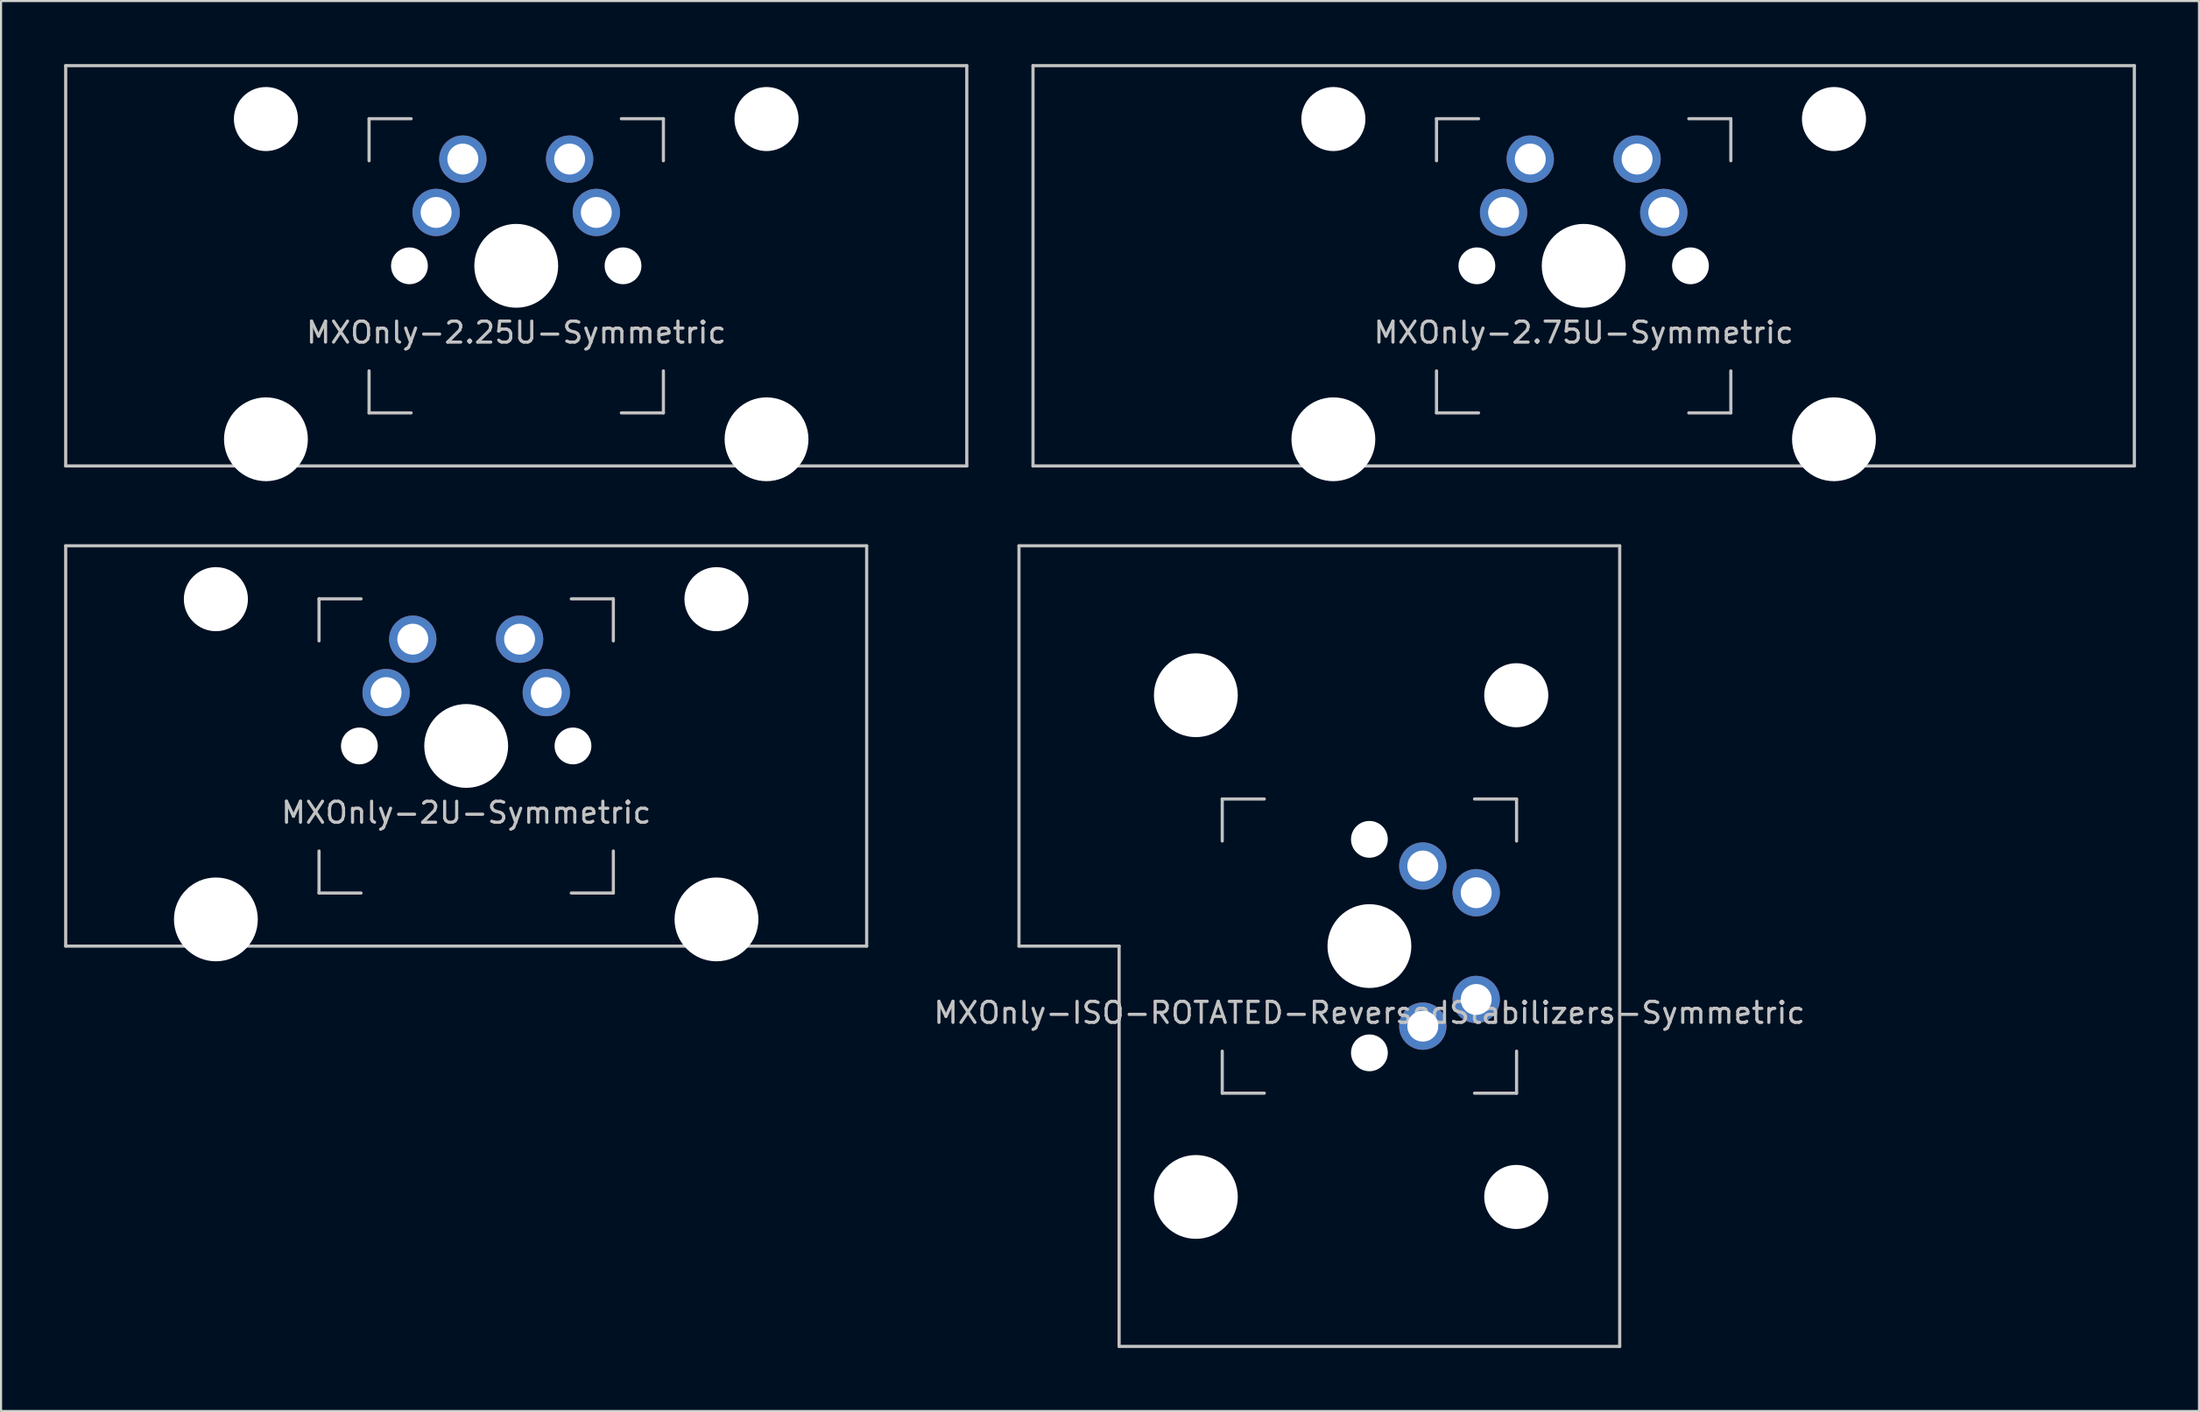
<source format=kicad_pcb>
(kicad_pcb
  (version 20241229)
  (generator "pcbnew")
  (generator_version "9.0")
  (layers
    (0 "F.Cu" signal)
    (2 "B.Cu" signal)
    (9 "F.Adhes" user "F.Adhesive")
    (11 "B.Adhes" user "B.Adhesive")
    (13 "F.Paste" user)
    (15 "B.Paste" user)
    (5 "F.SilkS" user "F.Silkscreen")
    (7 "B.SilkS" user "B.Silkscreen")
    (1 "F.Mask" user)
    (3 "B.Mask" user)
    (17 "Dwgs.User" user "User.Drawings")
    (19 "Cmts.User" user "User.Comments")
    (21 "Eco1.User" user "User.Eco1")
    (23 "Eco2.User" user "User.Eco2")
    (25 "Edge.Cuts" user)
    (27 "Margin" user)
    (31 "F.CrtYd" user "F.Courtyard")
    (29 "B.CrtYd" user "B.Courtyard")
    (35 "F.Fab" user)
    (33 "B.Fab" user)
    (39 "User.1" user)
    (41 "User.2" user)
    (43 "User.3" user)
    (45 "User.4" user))
  (footprint "MXOnly-2U-Symmetric"
    (layer "F.Cu")
    (at 19.125 32.449)
    (property "Reference" "MXOnly-2U-Symmetric" (at 0 3.175 0) (layer "Dwgs.User") (effects (font (size 1 1) (thickness 0.15))))
    (attr through_hole)
    (fp_line (start -19.05 -9.525) (end 19.05 -9.525) (stroke (width 0.15) (type solid)) (layer "Dwgs.User"))
    (fp_line (start -19.05 9.525) (end -19.05 -9.525) (stroke (width 0.15) (type solid)) (layer "Dwgs.User"))
    (fp_line (start -19.05 9.525) (end 19.05 9.525) (stroke (width 0.15) (type solid)) (layer "Dwgs.User"))
    (fp_line (start -7 -7) (end -7 -5) (stroke (width 0.15) (type solid)) (layer "Dwgs.User"))
    (fp_line (start -7 5) (end -7 7) (stroke (width 0.15) (type solid)) (layer "Dwgs.User"))
    (fp_line (start -7 7) (end -5 7) (stroke (width 0.15) (type solid)) (layer "Dwgs.User"))
    (fp_line (start -5 -7) (end -7 -7) (stroke (width 0.15) (type solid)) (layer "Dwgs.User"))
    (fp_line (start 5 -7) (end 7 -7) (stroke (width 0.15) (type solid)) (layer "Dwgs.User"))
    (fp_line (start 5 7) (end 7 7) (stroke (width 0.15) (type solid)) (layer "Dwgs.User"))
    (fp_line (start 7 -7) (end 7 -5) (stroke (width 0.15) (type solid)) (layer "Dwgs.User"))
    (fp_line (start 7 7) (end 7 5) (stroke (width 0.15) (type solid)) (layer "Dwgs.User"))
    (fp_line (start 19.05 -9.525) (end 19.05 9.525) (stroke (width 0.15) (type solid)) (layer "Dwgs.User"))
    (pad "" np_thru_hole circle (at -11.906 -6.985) (size 3.048 3.048) (drill 3.048) (layers "*.Cu" "*.Mask"))
    (pad "" np_thru_hole circle (at -11.906 8.255) (size 3.988 3.988) (drill 3.988) (layers "*.Cu" "*.Mask"))
    (pad "" np_thru_hole circle (at -5.08 0 48.1) (size 1.75 1.75) (drill 1.75) (layers "*.Cu" "*.Mask"))
    (pad "" np_thru_hole circle (at 0 0) (size 3.988 3.988) (drill 3.988) (layers "*.Cu" "*.Mask"))
    (pad "" np_thru_hole circle (at 5.08 0 48.1) (size 1.75 1.75) (drill 1.75) (layers "*.Cu" "*.Mask"))
    (pad "" np_thru_hole circle (at 11.906 -6.985) (size 3.048 3.048) (drill 3.048) (layers "*.Cu" "*.Mask"))
    (pad "" np_thru_hole circle (at 11.906 8.255) (size 3.988 3.988) (drill 3.988) (layers "*.Cu" "*.Mask"))
    (pad "1" thru_hole circle (at -3.81 -2.54) (size 2.25 2.25) (drill 1.47) (layers "*.Cu" "B.Mask"))
    (pad "1" thru_hole circle (at -2.54 -5.08) (size 2.25 2.25) (drill 1.47) (layers "*.Cu" "B.Mask"))
    (pad "2" thru_hole circle (at 2.54 -5.08) (size 2.25 2.25) (drill 1.47) (layers "*.Cu" "B.Mask"))
    (pad "2" thru_hole circle (at 3.81 -2.54) (size 2.25 2.25) (drill 1.47) (layers "*.Cu" "B.Mask")))
  (footprint "MXOnly-2.75U-Symmetric"
    (layer "F.Cu")
    (at 72.281 9.6)
    (property "Reference" "MXOnly-2.75U-Symmetric" (at 0 3.175 0) (layer "Dwgs.User") (effects (font (size 1 1) (thickness 0.15))))
    (attr through_hole)
    (fp_line (start -26.194 -9.525) (end 26.194 -9.525) (stroke (width 0.15) (type solid)) (layer "Dwgs.User"))
    (fp_line (start -26.194 9.525) (end -26.194 -9.525) (stroke (width 0.15) (type solid)) (layer "Dwgs.User"))
    (fp_line (start -26.194 9.525) (end 26.194 9.525) (stroke (width 0.15) (type solid)) (layer "Dwgs.User"))
    (fp_line (start -7 -7) (end -7 -5) (stroke (width 0.15) (type solid)) (layer "Dwgs.User"))
    (fp_line (start -7 5) (end -7 7) (stroke (width 0.15) (type solid)) (layer "Dwgs.User"))
    (fp_line (start -7 7) (end -5 7) (stroke (width 0.15) (type solid)) (layer "Dwgs.User"))
    (fp_line (start -5 -7) (end -7 -7) (stroke (width 0.15) (type solid)) (layer "Dwgs.User"))
    (fp_line (start 5 -7) (end 7 -7) (stroke (width 0.15) (type solid)) (layer "Dwgs.User"))
    (fp_line (start 5 7) (end 7 7) (stroke (width 0.15) (type solid)) (layer "Dwgs.User"))
    (fp_line (start 7 -7) (end 7 -5) (stroke (width 0.15) (type solid)) (layer "Dwgs.User"))
    (fp_line (start 7 7) (end 7 5) (stroke (width 0.15) (type solid)) (layer "Dwgs.User"))
    (fp_line (start 26.194 -9.525) (end 26.194 9.525) (stroke (width 0.15) (type solid)) (layer "Dwgs.User"))
    (pad "" np_thru_hole circle (at -11.906 -6.985) (size 3.048 3.048) (drill 3.048) (layers "*.Cu" "*.Mask"))
    (pad "" np_thru_hole circle (at -11.906 8.255) (size 3.988 3.988) (drill 3.988) (layers "*.Cu" "*.Mask"))
    (pad "" np_thru_hole circle (at -5.08 0 48.1) (size 1.75 1.75) (drill 1.75) (layers "*.Cu" "*.Mask"))
    (pad "" np_thru_hole circle (at 0 0) (size 3.988 3.988) (drill 3.988) (layers "*.Cu" "*.Mask"))
    (pad "" np_thru_hole circle (at 5.08 0 48.1) (size 1.75 1.75) (drill 1.75) (layers "*.Cu" "*.Mask"))
    (pad "" np_thru_hole circle (at 11.906 -6.985) (size 3.048 3.048) (drill 3.048) (layers "*.Cu" "*.Mask"))
    (pad "" np_thru_hole circle (at 11.906 8.255) (size 3.988 3.988) (drill 3.988) (layers "*.Cu" "*.Mask"))
    (pad "1" thru_hole circle (at -3.81 -2.54) (size 2.25 2.25) (drill 1.47) (layers "*.Cu" "B.Mask"))
    (pad "1" thru_hole circle (at -2.54 -5.08) (size 2.25 2.25) (drill 1.47) (layers "*.Cu" "B.Mask"))
    (pad "2" thru_hole circle (at 2.54 -5.08) (size 2.25 2.25) (drill 1.47) (layers "*.Cu" "B.Mask"))
    (pad "2" thru_hole circle (at 3.81 -2.54) (size 2.25 2.25) (drill 1.47) (layers "*.Cu" "B.Mask")))
  (footprint "MXOnly-ISO-ROTATED-ReversedStabilizers-Symmetric"
    (layer "F.Cu")
    (at 62.089 41.974)
    (property "Reference" "MXOnly-ISO-ROTATED-ReversedStabilizers-Symmetric" (at 0 3.175 0) (layer "Dwgs.User") (effects (font (size 1 1) (thickness 0.15))))
    (attr through_hole)
    (fp_line (start -16.669 -19.05) (end -16.669 0) (stroke (width 0.15) (type solid)) (layer "Dwgs.User"))
    (fp_line (start -16.669 -19.05) (end 11.906 -19.05) (stroke (width 0.15) (type solid)) (layer "Dwgs.User"))
    (fp_line (start -11.906 0) (end -16.669 0) (stroke (width 0.15) (type solid)) (layer "Dwgs.User"))
    (fp_line (start -11.906 19.05) (end -11.906 0) (stroke (width 0.15) (type solid)) (layer "Dwgs.User"))
    (fp_line (start -11.906 19.05) (end 11.906 19.05) (stroke (width 0.15) (type solid)) (layer "Dwgs.User"))
    (fp_line (start -7 -7) (end -7 -5) (stroke (width 0.15) (type solid)) (layer "Dwgs.User"))
    (fp_line (start -7 5) (end -7 7) (stroke (width 0.15) (type solid)) (layer "Dwgs.User"))
    (fp_line (start -7 7) (end -5 7) (stroke (width 0.15) (type solid)) (layer "Dwgs.User"))
    (fp_line (start -5 -7) (end -7 -7) (stroke (width 0.15) (type solid)) (layer "Dwgs.User"))
    (fp_line (start 5 -7) (end 7 -7) (stroke (width 0.15) (type solid)) (layer "Dwgs.User"))
    (fp_line (start 5 7) (end 7 7) (stroke (width 0.15) (type solid)) (layer "Dwgs.User"))
    (fp_line (start 7 -7) (end 7 -5) (stroke (width 0.15) (type solid)) (layer "Dwgs.User"))
    (fp_line (start 7 7) (end 7 5) (stroke (width 0.15) (type solid)) (layer "Dwgs.User"))
    (fp_line (start 11.906 -19.05) (end 11.906 19.05) (stroke (width 0.15) (type solid)) (layer "Dwgs.User"))
    (pad "" np_thru_hole circle (at -8.255 -11.938) (size 3.988 3.988) (drill 3.988) (layers "*.Cu" "*.Mask"))
    (pad "" np_thru_hole circle (at -8.255 11.938) (size 3.988 3.988) (drill 3.988) (layers "*.Cu" "*.Mask"))
    (pad "" np_thru_hole circle (at 0 -5.08 48.1) (size 1.75 1.75) (drill 1.75) (layers "*.Cu" "*.Mask"))
    (pad "" np_thru_hole circle (at 0 0) (size 3.988 3.988) (drill 3.988) (layers "*.Cu" "*.Mask"))
    (pad "" np_thru_hole circle (at 0 5.08 48.1) (size 1.75 1.75) (drill 1.75) (layers "*.Cu" "*.Mask"))
    (pad "" np_thru_hole circle (at 6.985 -11.938) (size 3.048 3.048) (drill 3.048) (layers "*.Cu" "*.Mask"))
    (pad "" np_thru_hole circle (at 6.985 11.938) (size 3.048 3.048) (drill 3.048) (layers "*.Cu" "*.Mask"))
    (pad "1" thru_hole circle (at 2.54 -3.81) (size 2.25 2.25) (drill 1.47) (layers "*.Cu" "B.Mask"))
    (pad "1" thru_hole circle (at 5.08 -2.54 270) (size 2.25 2.25) (drill 1.47) (layers "*.Cu" "B.Mask"))
    (pad "2" thru_hole circle (at 2.54 3.81 270) (size 2.25 2.25) (drill 1.47) (layers "*.Cu" "B.Mask"))
    (pad "2" thru_hole circle (at 5.08 2.54) (size 2.25 2.25) (drill 1.47) (layers "*.Cu" "B.Mask")))
  (footprint "MXOnly-2.25U-Symmetric"
    (layer "F.Cu")
    (at 21.506 9.6)
    (property "Reference" "MXOnly-2.25U-Symmetric" (at 0 3.175 0) (layer "Dwgs.User") (effects (font (size 1 1) (thickness 0.15))))
    (attr through_hole)
    (fp_line (start -21.431 -9.525) (end 21.431 -9.525) (stroke (width 0.15) (type solid)) (layer "Dwgs.User"))
    (fp_line (start -21.431 9.525) (end -21.431 -9.525) (stroke (width 0.15) (type solid)) (layer "Dwgs.User"))
    (fp_line (start -21.431 9.525) (end 21.431 9.525) (stroke (width 0.15) (type solid)) (layer "Dwgs.User"))
    (fp_line (start -7 -7) (end -7 -5) (stroke (width 0.15) (type solid)) (layer "Dwgs.User"))
    (fp_line (start -7 5) (end -7 7) (stroke (width 0.15) (type solid)) (layer "Dwgs.User"))
    (fp_line (start -7 7) (end -5 7) (stroke (width 0.15) (type solid)) (layer "Dwgs.User"))
    (fp_line (start -5 -7) (end -7 -7) (stroke (width 0.15) (type solid)) (layer "Dwgs.User"))
    (fp_line (start 5 -7) (end 7 -7) (stroke (width 0.15) (type solid)) (layer "Dwgs.User"))
    (fp_line (start 5 7) (end 7 7) (stroke (width 0.15) (type solid)) (layer "Dwgs.User"))
    (fp_line (start 7 -7) (end 7 -5) (stroke (width 0.15) (type solid)) (layer "Dwgs.User"))
    (fp_line (start 7 7) (end 7 5) (stroke (width 0.15) (type solid)) (layer "Dwgs.User"))
    (fp_line (start 21.431 -9.525) (end 21.431 9.525) (stroke (width 0.15) (type solid)) (layer "Dwgs.User"))
    (pad "" np_thru_hole circle (at -11.906 -6.985) (size 3.048 3.048) (drill 3.048) (layers "*.Cu" "*.Mask"))
    (pad "" np_thru_hole circle (at -11.906 8.255) (size 3.988 3.988) (drill 3.988) (layers "*.Cu" "*.Mask"))
    (pad "" np_thru_hole circle (at -5.08 0 48.1) (size 1.75 1.75) (drill 1.75) (layers "*.Cu" "*.Mask"))
    (pad "" np_thru_hole circle (at 0 0) (size 3.988 3.988) (drill 3.988) (layers "*.Cu" "*.Mask"))
    (pad "" np_thru_hole circle (at 5.08 0 48.1) (size 1.75 1.75) (drill 1.75) (layers "*.Cu" "*.Mask"))
    (pad "" np_thru_hole circle (at 11.906 -6.985) (size 3.048 3.048) (drill 3.048) (layers "*.Cu" "*.Mask"))
    (pad "" np_thru_hole circle (at 11.906 8.255) (size 3.988 3.988) (drill 3.988) (layers "*.Cu" "*.Mask"))
    (pad "1" thru_hole circle (at -3.81 -2.54) (size 2.25 2.25) (drill 1.47) (layers "*.Cu" "B.Mask"))
    (pad "1" thru_hole circle (at -2.54 -5.08) (size 2.25 2.25) (drill 1.47) (layers "*.Cu" "B.Mask"))
    (pad "2" thru_hole circle (at 2.54 -5.08) (size 2.25 2.25) (drill 1.47) (layers "*.Cu" "B.Mask"))
    (pad "2" thru_hole circle (at 3.81 -2.54) (size 2.25 2.25) (drill 1.47) (layers "*.Cu" "B.Mask")))
  (gr_rect
    (start -3 -3)
    (end 101.55 64.099)
    (stroke (width 0.1) (type default))
    (fill no)
    (layer "Edge.Cuts")))
</source>
